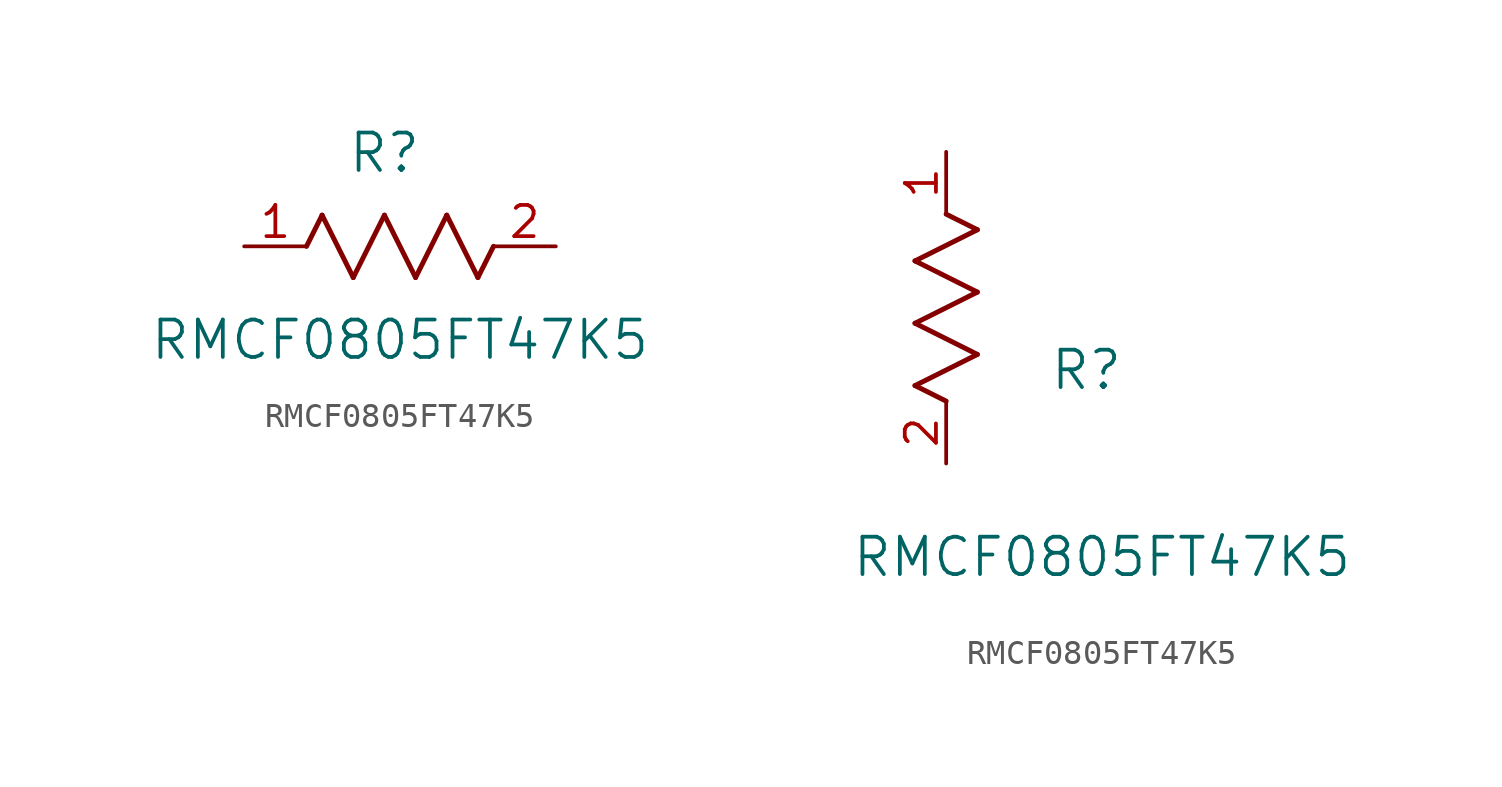
<source format=kicad_sym>
(kicad_symbol_lib
  (version 20211014)
  (generator kicad_symbol_editor)
  (symbol "RMCF0805FT47K5"
    (pin_names
      (offset 0.254))
    (property "Reference" "R"
      (at 5.715 3.81 0)
      (effects (font (size 1.524 1.524))))
    (property "Value" "RMCF0805FT47K5"
      (at 6.35 -3.81 0)
      (effects (font (size 1.524 1.524))))
    (symbol "RMCF0805FT47K5_1_1"
      (polyline (pts (xy 3.175 1.27) (xy 4.445 -1.27)) (stroke (width 0.203) (type default) (color 0 0 0 0)) (fill (type none)))
      (polyline (pts (xy 4.445 -1.27) (xy 5.715 1.27)) (stroke (width 0.203) (type default) (color 0 0 0 0)) (fill (type none)))
      (polyline (pts (xy 5.715 1.27) (xy 6.985 -1.27)) (stroke (width 0.203) (type default) (color 0 0 0 0)) (fill (type none)))
      (polyline (pts (xy 6.985 -1.27) (xy 8.255 1.27)) (stroke (width 0.203) (type default) (color 0 0 0 0)) (fill (type none)))
      (polyline (pts (xy 8.255 1.27) (xy 9.525 -1.27)) (stroke (width 0.203) (type default) (color 0 0 0 0)) (fill (type none)))
      (polyline (pts (xy 2.54 0) (xy 3.175 1.27)) (stroke (width 0.203) (type default) (color 0 0 0 0)) (fill (type none)))
      (polyline (pts (xy 9.525 -1.27) (xy 10.16 0)) (stroke (width 0.203) (type default) (color 0 0 0 0)) (fill (type none)))
      (pin unspecified line (at 0 0 0) (length 2.54) (name "" (effects (font (size 1.27 1.27)))) (number "1" (effects (font (size 1.27 1.27)))))
      (pin unspecified line (at 12.7 0 180) (length 2.54) (name "" (effects (font (size 1.27 1.27)))) (number "2" (effects (font (size 1.27 1.27))))))
    (symbol "RMCF0805FT47K5_1_2"
      (polyline (pts (xy 0 2.54) (xy -1.27 3.175)) (stroke (width 0.203) (type default) (color 0 0 0 0)) (fill (type none)))
      (polyline (pts (xy -1.27 3.175) (xy 1.27 4.445)) (stroke (width 0.203) (type default) (color 0 0 0 0)) (fill (type none)))
      (polyline (pts (xy 1.27 4.445) (xy -1.27 5.715)) (stroke (width 0.203) (type default) (color 0 0 0 0)) (fill (type none)))
      (polyline (pts (xy -1.27 5.715) (xy 1.27 6.985)) (stroke (width 0.203) (type default) (color 0 0 0 0)) (fill (type none)))
      (polyline (pts (xy -1.27 8.255) (xy 1.27 9.525)) (stroke (width 0.203) (type default) (color 0 0 0 0)) (fill (type none)))
      (polyline (pts (xy 1.27 9.525) (xy 0 10.16)) (stroke (width 0.203) (type default) (color 0 0 0 0)) (fill (type none)))
      (polyline (pts (xy 1.27 6.985) (xy -1.27 8.255)) (stroke (width 0.203) (type default) (color 0 0 0 0)) (fill (type none)))
      (pin unspecified line (at 0 12.7 270) (length 2.54) (name "" (effects (font (size 1.27 1.27)))) (number "1" (effects (font (size 1.27 1.27)))))
      (pin unspecified line (at 0 0 90) (length 2.54) (name "" (effects (font (size 1.27 1.27)))) (number "2" (effects (font (size 1.27 1.27))))))))
</source>
